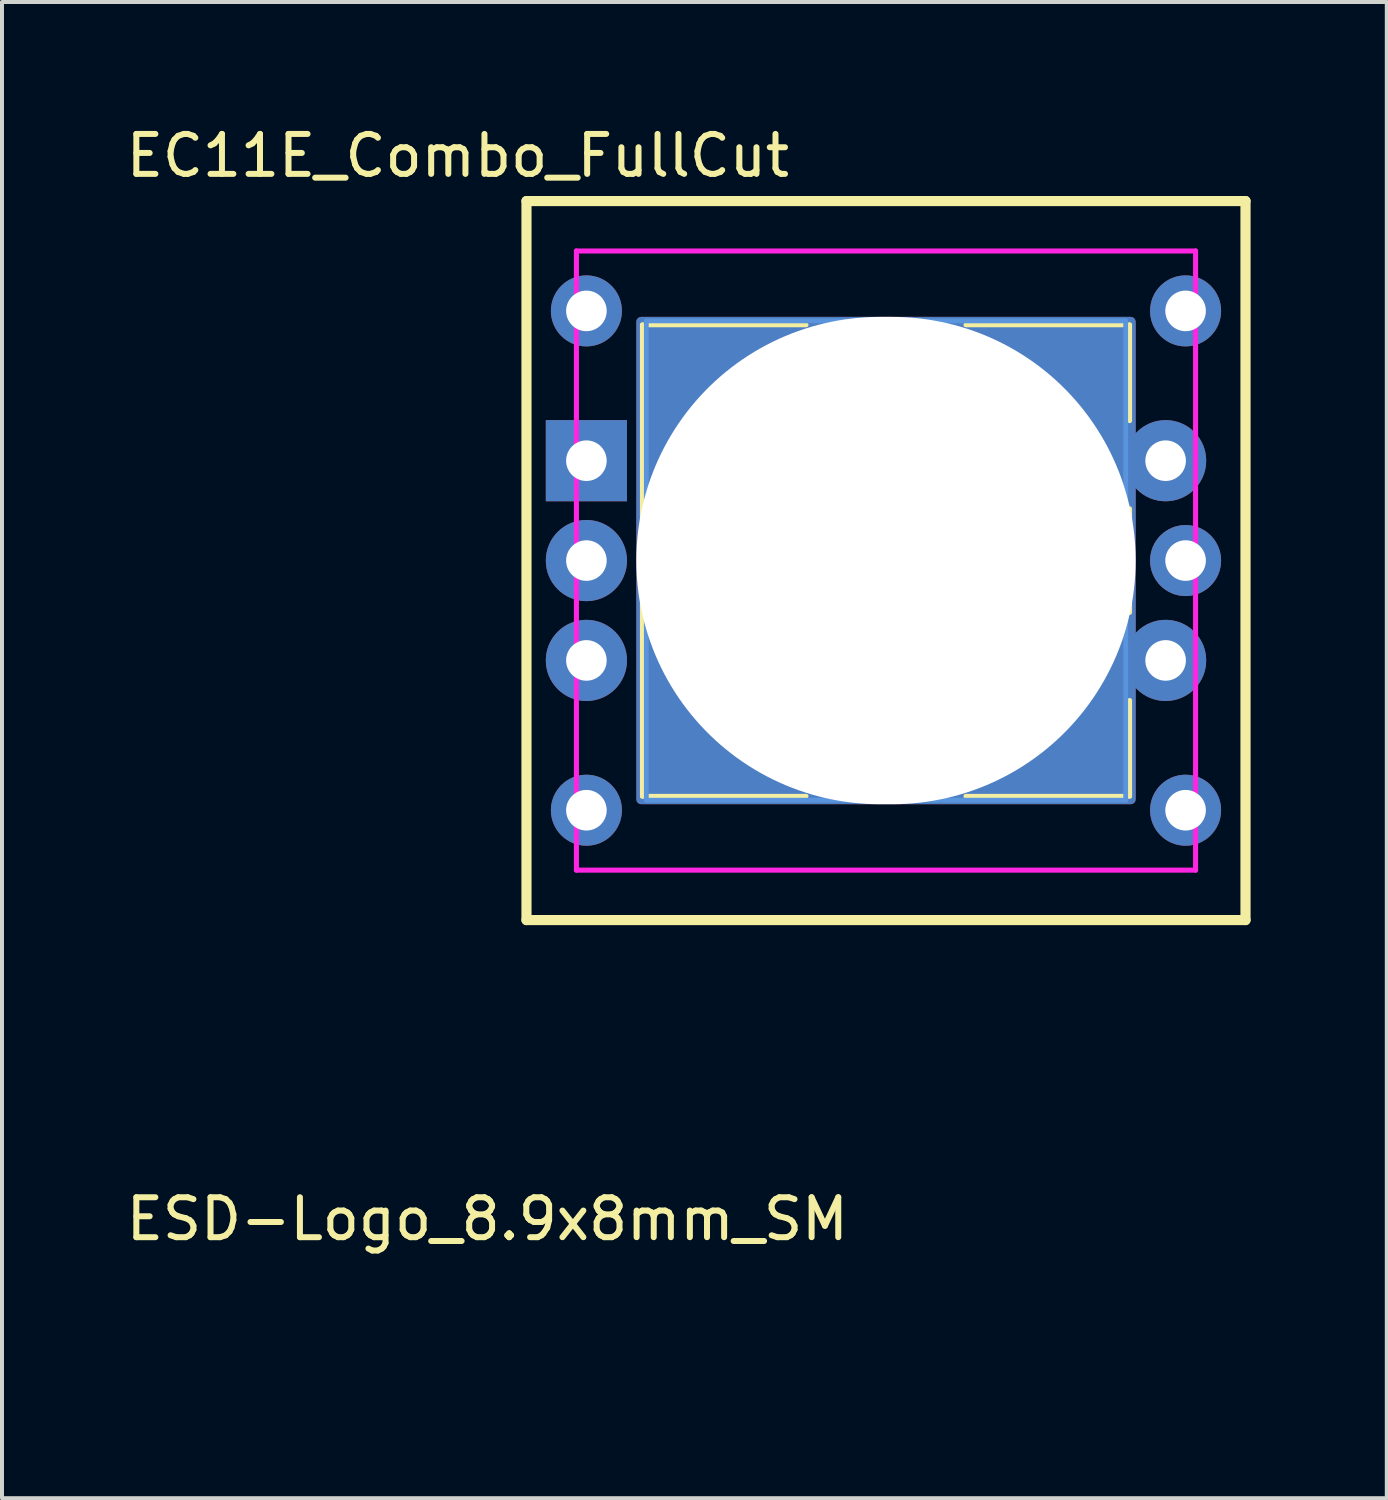
<source format=kicad_pcb>
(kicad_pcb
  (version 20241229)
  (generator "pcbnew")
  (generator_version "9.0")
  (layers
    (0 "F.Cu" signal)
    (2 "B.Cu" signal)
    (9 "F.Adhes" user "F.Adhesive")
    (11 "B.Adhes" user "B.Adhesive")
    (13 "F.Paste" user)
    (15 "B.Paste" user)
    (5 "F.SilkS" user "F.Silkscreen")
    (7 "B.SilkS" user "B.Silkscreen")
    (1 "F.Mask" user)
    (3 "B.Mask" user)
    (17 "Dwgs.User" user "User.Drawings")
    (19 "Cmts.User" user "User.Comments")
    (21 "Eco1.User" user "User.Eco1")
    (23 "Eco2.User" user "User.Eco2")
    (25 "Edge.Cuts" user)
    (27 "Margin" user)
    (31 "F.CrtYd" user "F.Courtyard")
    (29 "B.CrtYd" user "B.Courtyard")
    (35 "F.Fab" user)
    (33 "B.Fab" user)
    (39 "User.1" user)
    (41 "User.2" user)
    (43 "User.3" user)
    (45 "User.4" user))
  (footprint "EC11E_Combo_FullCut"
    (layer "F.Cu")
    (at 19.13 10.983)
    (property "Reference" "EC11E_Combo_FullCut" (at -10.719 -10.135 0) (layer "F.SilkS") (effects (font (size 1 1) (thickness 0.15))))
    (attr through_hole)
    (fp_line (start -9 -9) (end 9 -9) (stroke (width 0.254) (type solid)) (layer "F.SilkS"))
    (fp_line (start -9 9) (end -9 -9) (stroke (width 0.254) (type solid)) (layer "F.SilkS"))
    (fp_line (start -6.1 -5.9) (end -6.1 5.9) (stroke (width 0.12) (type solid)) (layer "F.SilkS"))
    (fp_line (start -2 -5.9) (end -6.1 -5.9) (stroke (width 0.12) (type solid)) (layer "F.SilkS"))
    (fp_line (start -2 5.9) (end -6.1 5.9) (stroke (width 0.12) (type solid)) (layer "F.SilkS"))
    (fp_line (start 2 -5.9) (end 6.1 -5.9) (stroke (width 0.12) (type solid)) (layer "F.SilkS"))
    (fp_line (start 6.1 -5.9) (end 6.1 -3.5) (stroke (width 0.12) (type solid)) (layer "F.SilkS"))
    (fp_line (start 6.1 -1.3) (end 6.1 1.3) (stroke (width 0.12) (type solid)) (layer "F.SilkS"))
    (fp_line (start 6.1 3.5) (end 6.1 5.9) (stroke (width 0.12) (type solid)) (layer "F.SilkS"))
    (fp_line (start 6.1 5.9) (end 2 5.9) (stroke (width 0.12) (type solid)) (layer "F.SilkS"))
    (fp_line (start 9 -9) (end 9 9) (stroke (width 0.254) (type solid)) (layer "F.SilkS"))
    (fp_line (start 9 9) (end -9 9) (stroke (width 0.254) (type solid)) (layer "F.SilkS"))
    (fp_line (start -6 -6) (end 6 -6) (stroke (width 0.12) (type solid)) (layer "Cmts.User"))
    (fp_line (start -6 6) (end -6 -6) (stroke (width 0.12) (type solid)) (layer "Cmts.User"))
    (fp_line (start -6 6) (end 6 6) (stroke (width 0.12) (type solid)) (layer "Cmts.User"))
    (fp_line (start 6 -6) (end 6 6) (stroke (width 0.12) (type solid)) (layer "Cmts.User"))
    (fp_line (start -7 6.746) (end -7 -6.746) (stroke (width 0.025) (type solid)) (layer "Eco1.User"))
    (fp_line (start -6.746 -7) (end 6.746 -7) (stroke (width 0.025) (type solid)) (layer "Eco1.User"))
    (fp_line (start 6.746 7) (end -6.746 7) (stroke (width 0.025) (type solid)) (layer "Eco1.User"))
    (fp_line (start 7 -6.746) (end 7 6.746) (stroke (width 0.025) (type solid)) (layer "Eco1.User"))
    (fp_arc (start -7 -6.746) (mid -6.925605 -6.925605) (end -6.746 -7) (stroke (width 0.0254) (type solid)) (layer "Eco1.User"))
    (fp_arc (start -6.746 7) (mid -6.925605 6.925605) (end -7 6.746) (stroke (width 0.0254) (type solid)) (layer "Eco1.User"))
    (fp_arc (start 6.746 -7) (mid 6.925605 -6.925605) (end 7 -6.746) (stroke (width 0.0254) (type solid)) (layer "Eco1.User"))
    (fp_arc (start 7 6.746) (mid 6.925605 6.925605) (end 6.746 7) (stroke (width 0.0254) (type solid)) (layer "Eco1.User"))
    (fp_line (start -9.525 -9.525) (end -9.525 9.525) (stroke (width 0.025) (type solid)) (layer "Eco2.User"))
    (fp_line (start 9.525 -9.525) (end -9.525 -9.525) (stroke (width 0.025) (type solid)) (layer "Eco2.User"))
    (fp_line (start 9.525 -9.525) (end 9.525 9.525) (stroke (width 0.025) (type solid)) (layer "Eco2.User"))
    (fp_line (start 9.525 9.525) (end -9.525 9.525) (stroke (width 0.025) (type solid)) (layer "Eco2.User"))
    (fp_line (start -7.75 -7.75) (end 7.75 -7.75) (stroke (width 0.127) (type solid)) (layer "F.CrtYd"))
    (fp_line (start -7.75 7.75) (end -7.75 -7.75) (stroke (width 0.127) (type solid)) (layer "F.CrtYd"))
    (fp_line (start 7.75 -7.75) (end 7.75 7.75) (stroke (width 0.127) (type solid)) (layer "F.CrtYd"))
    (fp_line (start 7.75 7.75) (end -7.75 7.75) (stroke (width 0.127) (type solid)) (layer "F.CrtYd"))
    (fp_text user "SW**" (at -5.08 0 270) (unlocked yes) (layer "F.SilkS") (effects (font (size 1.27 1.27) (thickness 0.254))))
    (pad "" np_thru_hole roundrect (at 0 0) (size 12.5 12.2) (drill oval 12.5 12.2) (layers "*.Cu" "*.Mask") (roundrect_rratio 0.01))
    (pad "A" thru_hole circle (at -7.5 -6.25) (size 1.778 1.778) (drill 1.016) (layers "*.Cu" "*.Mask"))
    (pad "A" thru_hole rect (at -7.5 -2.5) (size 2.032 2.032) (drill 1.016) (layers "*.Cu" "*.Mask"))
    (pad "B" thru_hole circle (at -7.5 2.5) (size 2.032 2.032) (drill 1.016) (layers "*.Cu" "*.Mask"))
    (pad "B" thru_hole circle (at -7.5 6.25) (size 1.778 1.778) (drill 1.016) (layers "*.Cu" "*.Mask"))
    (pad "C" thru_hole circle (at -7.5 0) (size 2.032 2.032) (drill 1.016) (layers "*.Cu" "*.Mask"))
    (pad "C" thru_hole circle (at 7.5 0) (size 1.778 1.778) (drill 1.016) (layers "*.Cu" "*.Mask"))
    (pad "S1" thru_hole circle (at 7 -2.5) (size 2.032 2.032) (drill 1.016) (layers "*.Cu" "*.Mask"))
    (pad "S1" thru_hole circle (at 7.5 -6.25) (size 1.778 1.778) (drill 1.016) (layers "*.Cu" "*.Mask"))
    (pad "S2" thru_hole circle (at 7 2.5) (size 2.032 2.032) (drill 1.016) (layers "*.Cu" "*.Mask"))
    (pad "S2" thru_hole circle (at 7.5 6.25) (size 1.778 1.778) (drill 1.016) (layers "*.Cu" "*.Mask")))
  (footprint "ESD-Logo_8.9x8mm_SM"
    (layer "F.Cu")
    (at 9.149 27.467)
    (property "Reference" "ESD-Logo_8.9x8mm_SM" (at 0 0 0) (layer "F.SilkS") (effects (font (size 1 1) (thickness 0.15))))
    (attr exclude_from_pos_files exclude_from_bom)
    (fp_poly (pts (xy 2.676 0.316) (xy 2.691 0.342) (xy 2.726 0.4) (xy 2.778 0.49) (xy 2.845 0.606) (xy 2.927 0.747) (xy 3.021 0.909) (xy 3.125 1.09) (xy 3.239 1.286) (xy 3.359 1.495) (xy 3.483 1.71) (xy 3.61 1.93) (xy 3.732 2.14) (xy 3.846 2.339) (xy 3.953 2.524) (xy 4.049 2.69) (xy 4.132 2.835) (xy 4.202 2.956) (xy 4.256 3.05) (xy 4.293 3.114) (xy 4.311 3.144) (xy 4.339 3.194) (xy 4.354 3.226) (xy 4.355 3.231) (xy 4.336 3.221) (xy 4.284 3.191) (xy 4.202 3.144) (xy 4.091 3.08) (xy 3.955 3.002) (xy 3.797 2.911) (xy 3.619 2.808) (xy 3.424 2.695) (xy 3.214 2.574) (xy 2.993 2.446) (xy 2.909 2.398) (xy 2.684 2.268) (xy 2.47 2.143) (xy 2.268 2.027) (xy 2.082 1.92) (xy 1.915 1.824) (xy 1.769 1.74) (xy 1.647 1.67) (xy 1.552 1.615) (xy 1.487 1.578) (xy 1.454 1.56) (xy 1.45 1.558) (xy 1.46 1.542) (xy 1.495 1.5) (xy 1.552 1.435) (xy 1.626 1.351) (xy 1.715 1.253) (xy 1.814 1.144) (xy 1.92 1.027) (xy 2.03 0.908) (xy 2.14 0.789) (xy 2.246 0.675) (xy 2.345 0.57) (xy 2.433 0.477) (xy 2.507 0.401) (xy 2.562 0.345) (xy 2.581 0.326) (xy 2.645 0.267) (xy 2.676 0.316)) (stroke (width 0.01) (type solid)) (fill yes) (layer "F.Mask"))
    (fp_poly (pts (xy 0.221 -3.924) (xy 0.252 -3.873) (xy 0.3 -3.794) (xy 0.362 -3.688) (xy 0.438 -3.559) (xy 0.524 -3.412) (xy 0.619 -3.248) (xy 0.721 -3.072) (xy 0.828 -2.887) (xy 0.939 -2.696) (xy 1.05 -2.503) (xy 1.161 -2.311) (xy 1.268 -2.124) (xy 1.371 -1.944) (xy 1.467 -1.776) (xy 1.555 -1.623) (xy 1.631 -1.488) (xy 1.696 -1.374) (xy 1.745 -1.285) (xy 1.778 -1.224) (xy 1.793 -1.195) (xy 1.793 -1.193) (xy 1.775 -1.169) (xy 1.725 -1.131) (xy 1.648 -1.084) (xy 1.552 -1.032) (xy 1.45 -0.982) (xy 1.312 -0.921) (xy 1.167 -0.867) (xy 1.01 -0.817) (xy 0.836 -0.772) (xy 0.639 -0.728) (xy 0.416 -0.686) (xy 0.16 -0.645) (xy -0.104 -0.606) (xy -0.334 -0.571) (xy -0.527 -0.537) (xy -0.688 -0.501) (xy -0.822 -0.463) (xy -0.933 -0.419) (xy -1.027 -0.37) (xy -1.109 -0.312) (xy -1.182 -0.244) (xy -1.206 -0.219) (xy -1.258 -0.16) (xy -1.296 -0.112) (xy -1.313 -0.084) (xy -1.314 -0.082) (xy -1.32 -0.068) (xy -1.341 -0.067) (xy -1.382 -0.083) (xy -1.447 -0.117) (xy -1.541 -0.17) (xy -1.606 -0.208) (xy -1.702 -0.268) (xy -1.778 -0.319) (xy -1.826 -0.358) (xy -1.843 -0.381) (xy -1.843 -0.381) (xy -1.833 -0.403) (xy -1.803 -0.457) (xy -1.756 -0.542) (xy -1.693 -0.653) (xy -1.617 -0.789) (xy -1.528 -0.945) (xy -1.428 -1.119) (xy -1.32 -1.309) (xy -1.205 -1.51) (xy -1.084 -1.72) (xy -0.96 -1.937) (xy -0.833 -2.156) (xy -0.707 -2.376) (xy -0.582 -2.592) (xy -0.46 -2.803) (xy -0.343 -3.004) (xy -0.233 -3.194) (xy -0.131 -3.369) (xy -0.039 -3.527) (xy 0.041 -3.663) (xy 0.107 -3.776) (xy 0.158 -3.861) (xy 0.192 -3.918) (xy 0.208 -3.941) (xy 0.209 -3.941) (xy 0.221 -3.924)) (stroke (width 0.01) (type solid)) (fill yes) (layer "F.Mask"))
    (fp_poly (pts (xy -2.259 0.392) (xy -2.215 0.409) (xy -2.149 0.443) (xy -2.053 0.495) (xy -2.045 0.5) (xy -1.957 0.55) (xy -1.883 0.594) (xy -1.829 0.628) (xy -1.804 0.646) (xy -1.804 0.647) (xy -1.81 0.672) (xy -1.837 0.729) (xy -1.885 0.814) (xy -1.95 0.925) (xy -2.032 1.057) (xy -2.128 1.209) (xy -2.152 1.246) (xy -2.215 1.349) (xy -2.26 1.437) (xy -2.285 1.504) (xy -2.287 1.517) (xy -2.286 1.574) (xy -2.274 1.666) (xy -2.251 1.785) (xy -2.221 1.927) (xy -2.183 2.084) (xy -2.141 2.252) (xy -2.095 2.425) (xy -2.047 2.596) (xy -1.998 2.759) (xy -1.951 2.91) (xy -1.906 3.041) (xy -1.865 3.148) (xy -1.837 3.211) (xy -1.804 3.279) (xy -1.772 3.344) (xy -1.771 3.347) (xy -1.719 3.412) (xy -1.642 3.456) (xy -1.554 3.477) (xy -1.464 3.474) (xy -1.385 3.444) (xy -1.341 3.406) (xy -1.277 3.3) (xy -1.23 3.167) (xy -1.204 3.023) (xy -1.2 2.94) (xy -1.215 2.787) (xy -1.258 2.66) (xy -1.332 2.553) (xy -1.355 2.53) (xy -1.424 2.463) (xy -1.428 1.992) (xy -1.433 1.521) (xy -1.313 1.339) (xy -1.257 1.257) (xy -1.202 1.183) (xy -1.158 1.127) (xy -1.139 1.107) (xy -1.085 1.057) (xy -1.012 1.096) (xy -0.965 1.124) (xy -0.94 1.146) (xy -0.938 1.15) (xy -0.921 1.167) (xy -0.892 1.179) (xy -0.863 1.191) (xy -0.819 1.212) (xy -0.756 1.246) (xy -0.671 1.293) (xy -0.559 1.357) (xy -0.417 1.44) (xy -0.339 1.485) (xy -0.248 1.539) (xy -0.189 1.578) (xy -0.155 1.605) (xy -0.142 1.626) (xy -0.145 1.645) (xy -0.147 1.649) (xy -0.168 1.677) (xy -0.213 1.728) (xy -0.276 1.798) (xy -0.353 1.881) (xy -0.419 1.951) (xy -0.572 2.117) (xy -0.692 2.262) (xy -0.779 2.385) (xy -0.836 2.489) (xy -0.855 2.542) (xy -0.863 2.588) (xy -0.871 2.667) (xy -0.878 2.77) (xy -0.885 2.887) (xy -0.888 2.961) (xy -0.892 3.089) (xy -0.894 3.183) (xy -0.893 3.25) (xy -0.888 3.296) (xy -0.88 3.329) (xy -0.867 3.357) (xy -0.856 3.374) (xy -0.797 3.44) (xy -0.72 3.486) (xy -0.639 3.505) (xy -0.578 3.498) (xy -0.523 3.467) (xy -0.454 3.411) (xy -0.381 3.34) (xy -0.313 3.265) (xy -0.261 3.193) (xy -0.241 3.159) (xy -0.212 3.111) (xy -0.159 3.04) (xy -0.087 2.948) (xy -0.001 2.844) (xy 0.094 2.732) (xy 0.194 2.617) (xy 0.293 2.506) (xy 0.387 2.404) (xy 0.471 2.316) (xy 0.538 2.252) (xy 0.611 2.188) (xy 0.673 2.141) (xy 0.716 2.115) (xy 0.73 2.112) (xy 0.752 2.124) (xy 0.807 2.154) (xy 0.892 2.202) (xy 1.003 2.265) (xy 1.138 2.341) (xy 1.293 2.43) (xy 1.465 2.528) (xy 1.651 2.635) (xy 1.848 2.748) (xy 2.052 2.865) (xy 2.26 2.985) (xy 2.47 3.105) (xy 2.678 3.225) (xy 2.881 3.342) (xy 3.075 3.454) (xy 3.258 3.56) (xy 3.426 3.657) (xy 3.577 3.745) (xy 3.706 3.82) (xy 3.812 3.882) (xy 3.89 3.928) (xy 3.937 3.956) (xy 3.951 3.965) (xy 3.932 3.967) (xy 3.874 3.969) (xy 3.778 3.97) (xy 3.646 3.972) (xy 3.48 3.974) (xy 3.282 3.975) (xy 3.054 3.976) (xy 2.798 3.978) (xy 2.515 3.979) (xy 2.209 3.98) (xy 1.88 3.981) (xy 1.531 3.981) (xy 1.163 3.982) (xy 0.779 3.983) (xy 0.38 3.983) (xy -0.031 3.983) (xy -0.203 3.983) (xy -4.377 3.983) (xy -4.08 3.467) (xy -4.017 3.358) (xy -3.936 3.217) (xy -3.839 3.049) (xy -3.73 2.86) (xy -3.611 2.653) (xy -3.484 2.434) (xy -3.353 2.207) (xy -3.221 1.976) (xy -3.089 1.747) (xy -3.055 1.689) (xy -2.934 1.478) (xy -2.818 1.278) (xy -2.709 1.09) (xy -2.61 0.919) (xy -2.521 0.767) (xy -2.445 0.637) (xy -2.383 0.532) (xy -2.338 0.456) (xy -2.31 0.41) (xy -2.303 0.399) (xy -2.286 0.389) (xy -2.259 0.392)) (stroke (width 0.01) (type solid)) (fill yes) (layer "F.Mask")))
  (gr_rect
    (start -3 -3)
    (end 31.667 34.455)
    (stroke (width 0.1) (type default))
    (fill no)
    (layer "Edge.Cuts")))
</source>
